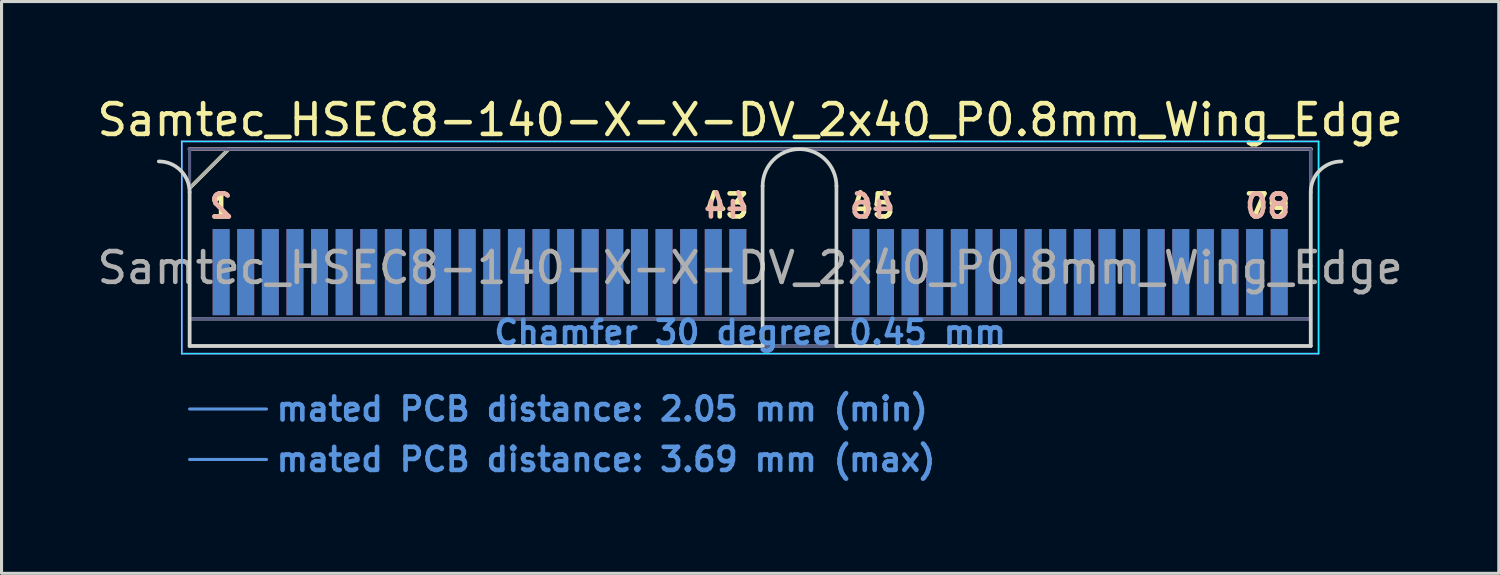
<source format=kicad_pcb>
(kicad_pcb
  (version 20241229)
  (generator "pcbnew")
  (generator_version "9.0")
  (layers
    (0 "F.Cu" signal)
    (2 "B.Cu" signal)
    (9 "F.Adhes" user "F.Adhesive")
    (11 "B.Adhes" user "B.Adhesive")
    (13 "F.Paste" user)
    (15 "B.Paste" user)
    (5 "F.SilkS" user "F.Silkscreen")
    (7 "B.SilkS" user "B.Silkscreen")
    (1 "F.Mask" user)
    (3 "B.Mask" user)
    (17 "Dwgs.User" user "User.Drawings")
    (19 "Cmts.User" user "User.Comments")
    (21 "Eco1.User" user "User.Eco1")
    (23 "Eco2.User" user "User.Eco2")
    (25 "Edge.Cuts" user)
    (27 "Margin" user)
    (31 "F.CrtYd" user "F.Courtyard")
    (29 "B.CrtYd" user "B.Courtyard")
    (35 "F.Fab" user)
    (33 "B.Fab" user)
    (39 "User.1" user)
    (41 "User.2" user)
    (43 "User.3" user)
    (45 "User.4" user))
  (footprint "Samtec_HSEC8-140-X-X-DV_2x40_P0.8mm_Wing_Edge"
    (layer "F.Cu")
    (at 21.339 8.198)
    (property "Reference" "Samtec_HSEC8-140-X-X-DV_2x40_P0.8mm_Wing_Edge" (at 0 -7.35 0) (layer "F.SilkS") (effects (font (size 1 1) (thickness 0.15))))
    (attr exclude_from_pos_files exclude_from_bom)
    (fp_line (start -18.225 -5.13) (end -16.955 -6.4) (stroke (width 0.12) (type solid)) (layer "F.SilkS"))
    (fp_line (start -16.955 -6.4) (end 18.225 -6.4) (stroke (width 0.12) (type solid)) (layer "F.SilkS"))
    (fp_line (start -18.225 -6.4) (end -18.225 -6.4) (stroke (width 0.12) (type solid)) (layer "B.SilkS"))
    (fp_line (start -18.225 -6.4) (end 18.225 -6.4) (stroke (width 0.12) (type solid)) (layer "B.SilkS"))
    (fp_line (start -18.225 2.05) (end -15.725 2.05) (stroke (width 0.1) (type solid)) (layer "Cmts.User"))
    (fp_line (start -18.225 3.69) (end -15.725 3.69) (stroke (width 0.1) (type solid)) (layer "Cmts.User"))
    (fp_line (start -18.225 -5) (end -18.225 0) (stroke (width 0.12) (type solid)) (layer "Edge.Cuts"))
    (fp_line (start -18.225 0) (end 0.405 0) (stroke (width 0.12) (type solid)) (layer "Edge.Cuts"))
    (fp_line (start 0.405 0) (end 0.405 -5.2) (stroke (width 0.12) (type solid)) (layer "Edge.Cuts"))
    (fp_line (start 2.805 -5.2) (end 2.805 0) (stroke (width 0.12) (type solid)) (layer "Edge.Cuts"))
    (fp_line (start 2.805 0) (end 18.225 0) (stroke (width 0.12) (type solid)) (layer "Edge.Cuts"))
    (fp_line (start 18.225 0) (end 18.225 -5) (stroke (width 0.12) (type solid)) (layer "Edge.Cuts"))
    (fp_arc (start -19.225 -6) (mid -18.517893 -5.707107) (end -18.225 -5) (stroke (width 0.12) (type solid)) (layer "Edge.Cuts"))
    (fp_arc (start 0.405 -5.2) (mid 1.605 -6.4) (end 2.805 -5.2) (stroke (width 0.12) (type solid)) (layer "Edge.Cuts"))
    (fp_arc (start 18.225 -5) (mid 18.517893 -5.707107) (end 19.225 -6) (stroke (width 0.12) (type solid)) (layer "Edge.Cuts"))
    (fp_line (start -18.48 -6.65) (end -18.48 0.25) (stroke (width 0.05) (type solid)) (layer "B.CrtYd"))
    (fp_line (start -18.48 0.25) (end 18.48 0.25) (stroke (width 0.05) (type solid)) (layer "B.CrtYd"))
    (fp_line (start 18.48 -6.65) (end -18.48 -6.65) (stroke (width 0.05) (type solid)) (layer "B.CrtYd"))
    (fp_line (start 18.48 0.25) (end 18.48 -6.65) (stroke (width 0.05) (type solid)) (layer "B.CrtYd"))
    (fp_line (start -18.48 -6.65) (end -18.48 0.25) (stroke (width 0.05) (type solid)) (layer "F.CrtYd"))
    (fp_line (start -18.48 0.25) (end 18.48 0.25) (stroke (width 0.05) (type solid)) (layer "F.CrtYd"))
    (fp_line (start 18.48 -6.65) (end -18.48 -6.65) (stroke (width 0.05) (type solid)) (layer "F.CrtYd"))
    (fp_line (start 18.48 0.25) (end 18.48 -6.65) (stroke (width 0.05) (type solid)) (layer "F.CrtYd"))
    (fp_line (start -18.225 -6.4) (end -18.225 -6.4) (stroke (width 0.1) (type solid)) (layer "B.Fab"))
    (fp_line (start -18.225 -6.4) (end -18.225 0) (stroke (width 0.1) (type solid)) (layer "B.Fab"))
    (fp_line (start -18.225 -6.4) (end 18.225 -6.4) (stroke (width 0.1) (type solid)) (layer "B.Fab"))
    (fp_line (start -18.225 -0.88) (end 18.225 -0.88) (stroke (width 0.1) (type solid)) (layer "B.Fab"))
    (fp_line (start -18.225 0) (end 18.225 0) (stroke (width 0.1) (type solid)) (layer "B.Fab"))
    (fp_line (start 18.225 -6.4) (end 18.225 0) (stroke (width 0.1) (type solid)) (layer "B.Fab"))
    (fp_line (start -18.225 -5.13) (end -18.225 0) (stroke (width 0.1) (type solid)) (layer "F.Fab"))
    (fp_line (start -18.225 -5.13) (end -16.955 -6.4) (stroke (width 0.1) (type solid)) (layer "F.Fab"))
    (fp_line (start -18.225 -0.88) (end 18.225 -0.88) (stroke (width 0.1) (type solid)) (layer "F.Fab"))
    (fp_line (start -18.225 0) (end 18.225 0) (stroke (width 0.1) (type solid)) (layer "F.Fab"))
    (fp_line (start -16.955 -6.4) (end 18.225 -6.4) (stroke (width 0.1) (type solid)) (layer "F.Fab"))
    (fp_line (start 18.225 -6.4) (end 18.225 0) (stroke (width 0.1) (type solid)) (layer "F.Fab"))
    (fp_text user "1" (at -17.2 -4.55 0) (layer "F.SilkS") (effects (font (size 0.75 0.75) (thickness 0.15))))
    (fp_text user "79" (at 16.825 -4.55 0) (layer "F.SilkS") (effects (font (size 0.75 0.75) (thickness 0.15))))
    (fp_text user "43" (at -0.775 -4.55 0) (layer "F.SilkS") (effects (font (size 0.75 0.75) (thickness 0.15))))
    (fp_text user "45" (at 3.975 -4.55 0) (layer "F.SilkS") (effects (font (size 0.75 0.75) (thickness 0.15))))
    (fp_text user "2" (at -17.2 -4.55 0) (layer "B.SilkS") (effects (font (size 0.75 0.75) (thickness 0.15)) (justify mirror)))
    (fp_text user "80" (at 16.825 -4.55 0) (layer "B.SilkS") (effects (font (size 0.75 0.75) (thickness 0.15)) (justify mirror)))
    (fp_text user "46" (at 3.975 -4.55 0) (layer "B.SilkS") (effects (font (size 0.75 0.75) (thickness 0.15)) (justify mirror)))
    (fp_text user "44" (at -0.775 -4.55 0) (layer "B.SilkS") (effects (font (size 0.75 0.75) (thickness 0.15)) (justify mirror)))
    (fp_text user "mated PCB distance: 3.69 mm (max)" (at -15.48 3.69 0) (layer "Cmts.User") (effects (font (size 0.75 0.75) (thickness 0.15)) (justify left)))
    (fp_text user "Chamfer 30 degree 0.45 mm" (at 0 -0.44 0) (layer "Cmts.User") (effects (font (size 0.75 0.75) (thickness 0.15))))
    (fp_text user "mated PCB distance: 2.05 mm (min)" (at -15.48 2.05 0) (layer "Cmts.User") (effects (font (size 0.75 0.75) (thickness 0.15)) (justify left)))
    (fp_text user "${REFERENCE}" (at 0 -2.54 0) (layer "F.Fab") (effects (font (size 1 1) (thickness 0.15))))
    (pad "1" connect rect (at -17.2 -2.4) (size 0.55 2.8) (layers "F.Cu" "F.Mask"))
    (pad "2" connect rect (at -17.2 -2.4) (size 0.55 2.8) (layers "B.Cu" "B.Mask"))
    (pad "3" connect rect (at -16.4 -2.4) (size 0.55 2.8) (layers "F.Cu" "F.Mask"))
    (pad "4" connect rect (at -16.4 -2.4) (size 0.55 2.8) (layers "B.Cu" "B.Mask"))
    (pad "5" connect rect (at -15.6 -2.4) (size 0.55 2.8) (layers "F.Cu" "F.Mask"))
    (pad "6" connect rect (at -15.6 -2.4) (size 0.55 2.8) (layers "B.Cu" "B.Mask"))
    (pad "7" connect rect (at -14.8 -2.4) (size 0.55 2.8) (layers "F.Cu" "F.Mask"))
    (pad "8" connect rect (at -14.8 -2.4) (size 0.55 2.8) (layers "B.Cu" "B.Mask"))
    (pad "9" connect rect (at -14 -2.4) (size 0.55 2.8) (layers "F.Cu" "F.Mask"))
    (pad "10" connect rect (at -14 -2.4) (size 0.55 2.8) (layers "B.Cu" "B.Mask"))
    (pad "11" connect rect (at -13.2 -2.4) (size 0.55 2.8) (layers "F.Cu" "F.Mask"))
    (pad "12" connect rect (at -13.2 -2.4) (size 0.55 2.8) (layers "B.Cu" "B.Mask"))
    (pad "13" connect rect (at -12.4 -2.4) (size 0.55 2.8) (layers "F.Cu" "F.Mask"))
    (pad "14" connect rect (at -12.4 -2.4) (size 0.55 2.8) (layers "B.Cu" "B.Mask"))
    (pad "15" connect rect (at -11.6 -2.4) (size 0.55 2.8) (layers "F.Cu" "F.Mask"))
    (pad "16" connect rect (at -11.6 -2.4) (size 0.55 2.8) (layers "B.Cu" "B.Mask"))
    (pad "17" connect rect (at -10.8 -2.4) (size 0.55 2.8) (layers "F.Cu" "F.Mask"))
    (pad "18" connect rect (at -10.8 -2.4) (size 0.55 2.8) (layers "B.Cu" "B.Mask"))
    (pad "19" connect rect (at -10 -2.4) (size 0.55 2.8) (layers "F.Cu" "F.Mask"))
    (pad "20" connect rect (at -10 -2.4) (size 0.55 2.8) (layers "B.Cu" "B.Mask"))
    (pad "21" connect rect (at -9.2 -2.4) (size 0.55 2.8) (layers "F.Cu" "F.Mask"))
    (pad "22" connect rect (at -9.2 -2.4) (size 0.55 2.8) (layers "B.Cu" "B.Mask"))
    (pad "23" connect rect (at -8.4 -2.4) (size 0.55 2.8) (layers "F.Cu" "F.Mask"))
    (pad "24" connect rect (at -8.4 -2.4) (size 0.55 2.8) (layers "B.Cu" "B.Mask"))
    (pad "25" connect rect (at -7.6 -2.4) (size 0.55 2.8) (layers "F.Cu" "F.Mask"))
    (pad "26" connect rect (at -7.6 -2.4) (size 0.55 2.8) (layers "B.Cu" "B.Mask"))
    (pad "27" connect rect (at -6.8 -2.4) (size 0.55 2.8) (layers "F.Cu" "F.Mask"))
    (pad "28" connect rect (at -6.8 -2.4) (size 0.55 2.8) (layers "B.Cu" "B.Mask"))
    (pad "29" connect rect (at -6 -2.4) (size 0.55 2.8) (layers "F.Cu" "F.Mask"))
    (pad "30" connect rect (at -6 -2.4) (size 0.55 2.8) (layers "B.Cu" "B.Mask"))
    (pad "31" connect rect (at -5.2 -2.4) (size 0.55 2.8) (layers "F.Cu" "F.Mask"))
    (pad "32" connect rect (at -5.2 -2.4) (size 0.55 2.8) (layers "B.Cu" "B.Mask"))
    (pad "33" connect rect (at -4.4 -2.4) (size 0.55 2.8) (layers "F.Cu" "F.Mask"))
    (pad "34" connect rect (at -4.4 -2.4) (size 0.55 2.8) (layers "B.Cu" "B.Mask"))
    (pad "35" connect rect (at -3.6 -2.4) (size 0.55 2.8) (layers "F.Cu" "F.Mask"))
    (pad "36" connect rect (at -3.6 -2.4) (size 0.55 2.8) (layers "B.Cu" "B.Mask"))
    (pad "37" connect rect (at -2.8 -2.4) (size 0.55 2.8) (layers "F.Cu" "F.Mask"))
    (pad "38" connect rect (at -2.8 -2.4) (size 0.55 2.8) (layers "B.Cu" "B.Mask"))
    (pad "39" connect rect (at -2 -2.4) (size 0.55 2.8) (layers "F.Cu" "F.Mask"))
    (pad "40" connect rect (at -2 -2.4) (size 0.55 2.8) (layers "B.Cu" "B.Mask"))
    (pad "41" connect rect (at -1.2 -2.4) (size 0.55 2.8) (layers "F.Cu" "F.Mask"))
    (pad "42" connect rect (at -1.2 -2.4) (size 0.55 2.8) (layers "B.Cu" "B.Mask"))
    (pad "43" connect rect (at -0.4 -2.4) (size 0.55 2.8) (layers "F.Cu" "F.Mask"))
    (pad "44" connect rect (at -0.4 -2.4) (size 0.55 2.8) (layers "B.Cu" "B.Mask"))
    (pad "45" connect rect (at 3.6 -2.4) (size 0.55 2.8) (layers "F.Cu" "F.Mask"))
    (pad "46" connect rect (at 3.6 -2.4) (size 0.55 2.8) (layers "B.Cu" "B.Mask"))
    (pad "47" connect rect (at 4.4 -2.4) (size 0.55 2.8) (layers "F.Cu" "F.Mask"))
    (pad "48" connect rect (at 4.4 -2.4) (size 0.55 2.8) (layers "B.Cu" "B.Mask"))
    (pad "49" connect rect (at 5.2 -2.4) (size 0.55 2.8) (layers "F.Cu" "F.Mask"))
    (pad "50" connect rect (at 5.2 -2.4) (size 0.55 2.8) (layers "B.Cu" "B.Mask"))
    (pad "51" connect rect (at 6 -2.4) (size 0.55 2.8) (layers "F.Cu" "F.Mask"))
    (pad "52" connect rect (at 6 -2.4) (size 0.55 2.8) (layers "B.Cu" "B.Mask"))
    (pad "53" connect rect (at 6.8 -2.4) (size 0.55 2.8) (layers "F.Cu" "F.Mask"))
    (pad "54" connect rect (at 6.8 -2.4) (size 0.55 2.8) (layers "B.Cu" "B.Mask"))
    (pad "55" connect rect (at 7.6 -2.4) (size 0.55 2.8) (layers "F.Cu" "F.Mask"))
    (pad "56" connect rect (at 7.6 -2.4) (size 0.55 2.8) (layers "B.Cu" "B.Mask"))
    (pad "57" connect rect (at 8.4 -2.4) (size 0.55 2.8) (layers "F.Cu" "F.Mask"))
    (pad "58" connect rect (at 8.4 -2.4) (size 0.55 2.8) (layers "B.Cu" "B.Mask"))
    (pad "59" connect rect (at 9.2 -2.4) (size 0.55 2.8) (layers "F.Cu" "F.Mask"))
    (pad "60" connect rect (at 9.2 -2.4) (size 0.55 2.8) (layers "B.Cu" "B.Mask"))
    (pad "61" connect rect (at 10 -2.4) (size 0.55 2.8) (layers "F.Cu" "F.Mask"))
    (pad "62" connect rect (at 10 -2.4) (size 0.55 2.8) (layers "B.Cu" "B.Mask"))
    (pad "63" connect rect (at 10.8 -2.4) (size 0.55 2.8) (layers "F.Cu" "F.Mask"))
    (pad "64" connect rect (at 10.8 -2.4) (size 0.55 2.8) (layers "B.Cu" "B.Mask"))
    (pad "65" connect rect (at 11.6 -2.4) (size 0.55 2.8) (layers "F.Cu" "F.Mask"))
    (pad "66" connect rect (at 11.6 -2.4) (size 0.55 2.8) (layers "B.Cu" "B.Mask"))
    (pad "67" connect rect (at 12.4 -2.4) (size 0.55 2.8) (layers "F.Cu" "F.Mask"))
    (pad "68" connect rect (at 12.4 -2.4) (size 0.55 2.8) (layers "B.Cu" "B.Mask"))
    (pad "69" connect rect (at 13.2 -2.4) (size 0.55 2.8) (layers "F.Cu" "F.Mask"))
    (pad "70" connect rect (at 13.2 -2.4) (size 0.55 2.8) (layers "B.Cu" "B.Mask"))
    (pad "71" connect rect (at 14 -2.4) (size 0.55 2.8) (layers "F.Cu" "F.Mask"))
    (pad "72" connect rect (at 14 -2.4) (size 0.55 2.8) (layers "B.Cu" "B.Mask"))
    (pad "73" connect rect (at 14.8 -2.4) (size 0.55 2.8) (layers "F.Cu" "F.Mask"))
    (pad "74" connect rect (at 14.8 -2.4) (size 0.55 2.8) (layers "B.Cu" "B.Mask"))
    (pad "75" connect rect (at 15.6 -2.4) (size 0.55 2.8) (layers "F.Cu" "F.Mask"))
    (pad "76" connect rect (at 15.6 -2.4) (size 0.55 2.8) (layers "B.Cu" "B.Mask"))
    (pad "77" connect rect (at 16.4 -2.4) (size 0.55 2.8) (layers "F.Cu" "F.Mask"))
    (pad "78" connect rect (at 16.4 -2.4) (size 0.55 2.8) (layers "B.Cu" "B.Mask"))
    (pad "79" connect rect (at 17.2 -2.4) (size 0.55 2.8) (layers "F.Cu" "F.Mask"))
    (pad "80" connect rect (at 17.2 -2.4) (size 0.55 2.8) (layers "B.Cu" "B.Mask")))
  (gr_rect
    (start -3 -3)
    (end 45.679 15.59)
    (stroke (width 0.1) (type default))
    (fill no)
    (layer "Edge.Cuts")))
</source>
